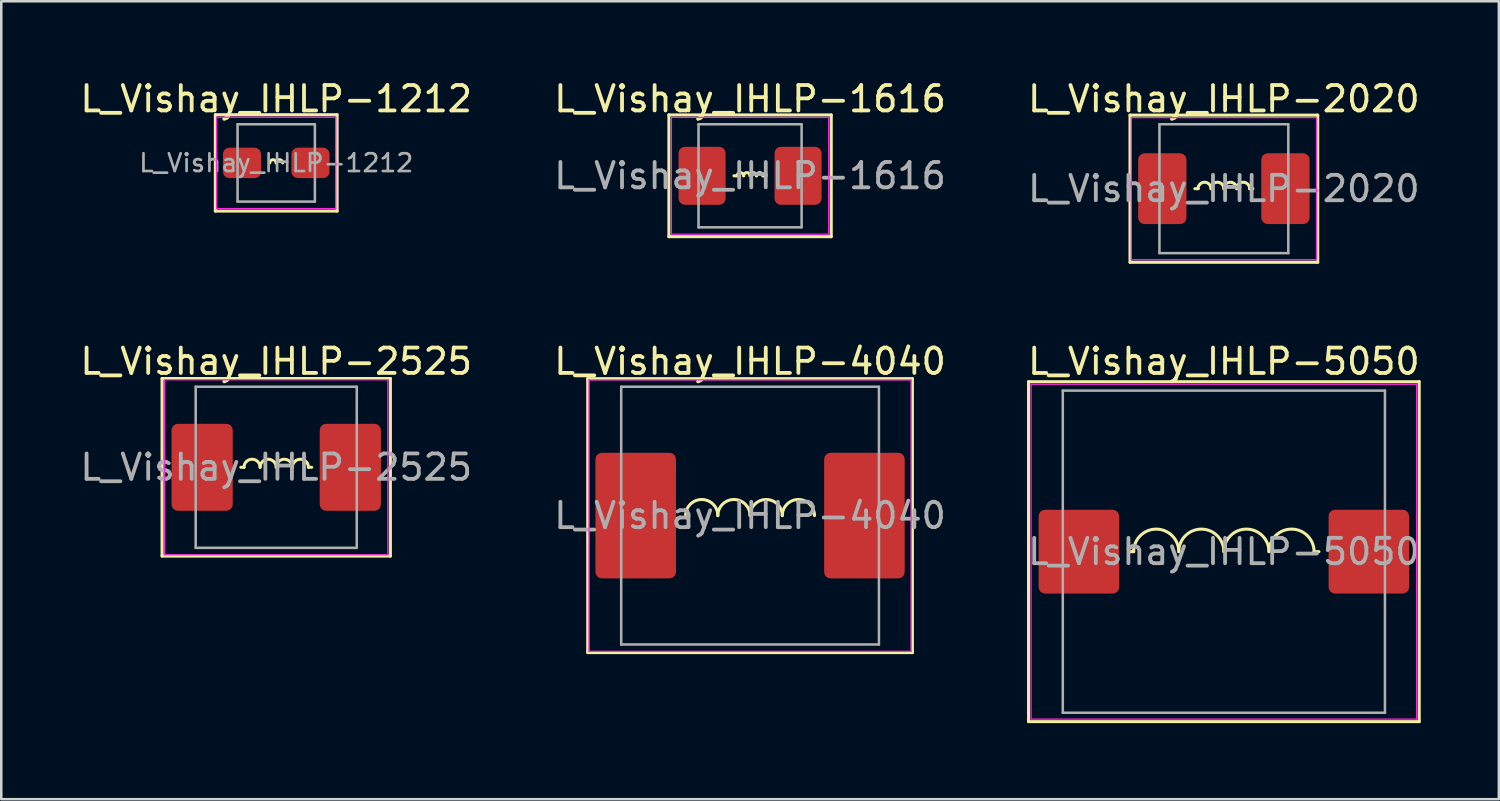
<source format=kicad_pcb>
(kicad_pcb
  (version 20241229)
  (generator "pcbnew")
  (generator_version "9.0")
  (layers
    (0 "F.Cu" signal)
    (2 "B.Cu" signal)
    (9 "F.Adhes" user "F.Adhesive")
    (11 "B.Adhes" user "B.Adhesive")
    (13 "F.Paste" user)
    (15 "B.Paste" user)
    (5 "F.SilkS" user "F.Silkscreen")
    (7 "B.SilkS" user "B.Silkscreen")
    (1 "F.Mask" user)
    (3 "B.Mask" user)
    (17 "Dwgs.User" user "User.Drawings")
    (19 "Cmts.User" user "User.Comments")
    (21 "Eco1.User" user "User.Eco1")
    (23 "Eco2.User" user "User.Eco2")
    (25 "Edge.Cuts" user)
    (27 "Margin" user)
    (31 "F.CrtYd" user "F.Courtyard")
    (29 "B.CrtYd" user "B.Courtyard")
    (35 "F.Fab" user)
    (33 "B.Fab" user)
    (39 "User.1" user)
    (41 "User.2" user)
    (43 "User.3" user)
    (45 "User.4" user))
  (footprint "L_Vishay_IHLP-2525"
    (layer "F.Cu")
    (at 7.839 15.371)
    (property "Reference" "L_Vishay_IHLP-2525" (at 0 -4.175 0) (layer "F.SilkS") (effects (font (size 1 1) (thickness 0.15))))
    (attr smd)
    (fp_line (start -4.5 -3.5) (end -4.5 3.5) (stroke (width 0.12) (type solid)) (layer "F.SilkS"))
    (fp_line (start -4.5 3.5) (end 4.5 3.5) (stroke (width 0.12) (type solid)) (layer "F.SilkS"))
    (fp_line (start -1.27 0) (end -1.397 0) (stroke (width 0.12) (type solid)) (layer "F.SilkS"))
    (fp_line (start 1.397 0) (end 1.27 0) (stroke (width 0.12) (type solid)) (layer "F.SilkS"))
    (fp_line (start 4.5 -3.5) (end -4.5 -3.5) (stroke (width 0.12) (type solid)) (layer "F.SilkS"))
    (fp_line (start 4.5 3.5) (end 4.5 -3.5) (stroke (width 0.12) (type solid)) (layer "F.SilkS"))
    (fp_arc (start -1.27 0) (mid -0.9525 -0.3175) (end -0.635 0) (stroke (width 0.12) (type solid)) (layer "F.SilkS"))
    (fp_arc (start -0.635 0) (mid -0.3175 -0.3175) (end 0 0) (stroke (width 0.12) (type solid)) (layer "F.SilkS"))
    (fp_arc (start 0 0) (mid 0.3175 -0.3175) (end 0.635 0) (stroke (width 0.12) (type solid)) (layer "F.SilkS"))
    (fp_arc (start 0.635 0) (mid 0.9525 -0.3175) (end 1.27 0) (stroke (width 0.12) (type solid)) (layer "F.SilkS"))
    (fp_line (start -4.4 -3.45) (end -4.4 3.45) (stroke (width 0.05) (type solid)) (layer "F.CrtYd"))
    (fp_line (start -4.4 3.45) (end 4.4 3.45) (stroke (width 0.05) (type solid)) (layer "F.CrtYd"))
    (fp_line (start 4.4 -3.45) (end -4.4 -3.45) (stroke (width 0.05) (type solid)) (layer "F.CrtYd"))
    (fp_line (start 4.4 3.45) (end 4.4 -3.45) (stroke (width 0.05) (type solid)) (layer "F.CrtYd"))
    (fp_line (start -3.175 -3.175) (end -3.175 3.175) (stroke (width 0.1) (type solid)) (layer "F.Fab"))
    (fp_line (start -3.175 3.175) (end 3.175 3.175) (stroke (width 0.1) (type solid)) (layer "F.Fab"))
    (fp_line (start 3.175 -3.175) (end -3.175 -3.175) (stroke (width 0.1) (type solid)) (layer "F.Fab"))
    (fp_line (start 3.175 3.175) (end 3.175 -3.175) (stroke (width 0.1) (type solid)) (layer "F.Fab"))
    (fp_text user "${REFERENCE}" (at 0 0 0) (layer "F.Fab") (effects (font (size 1 1) (thickness 0.15))))
    (pad "1" smd roundrect (at -2.921 0) (size 2.413 3.429) (layers "F.Cu" "F.Mask" "F.Paste") (roundrect_rratio 0.104))
    (pad "2" smd roundrect (at 2.921 0) (size 2.413 3.429) (layers "F.Cu" "F.Mask" "F.Paste") (roundrect_rratio 0.104)))
  (footprint "L_Vishay_IHLP-2020"
    (layer "F.Cu")
    (at 45.196 4.388)
    (property "Reference" "L_Vishay_IHLP-2020" (at 0 -3.54 0) (layer "F.SilkS") (effects (font (size 1 1) (thickness 0.15))))
    (attr smd)
    (fp_line (start -3.7 -2.9) (end -3.7 2.9) (stroke (width 0.12) (type solid)) (layer "F.SilkS"))
    (fp_line (start -3.7 2.9) (end 3.7 2.9) (stroke (width 0.12) (type solid)) (layer "F.SilkS"))
    (fp_line (start -1.143 0) (end -1.016 0) (stroke (width 0.12) (type solid)) (layer "F.SilkS"))
    (fp_line (start 1.016 0) (end 1.143 0) (stroke (width 0.12) (type solid)) (layer "F.SilkS"))
    (fp_line (start 3.7 -2.9) (end -3.7 -2.9) (stroke (width 0.12) (type solid)) (layer "F.SilkS"))
    (fp_line (start 3.7 2.9) (end 3.7 -2.9) (stroke (width 0.12) (type solid)) (layer "F.SilkS"))
    (fp_arc (start -1.016 0) (mid -0.762 -0.254) (end -0.508 0) (stroke (width 0.12) (type solid)) (layer "F.SilkS"))
    (fp_arc (start -0.508 0) (mid -0.254 -0.254) (end 0 0) (stroke (width 0.12) (type solid)) (layer "F.SilkS"))
    (fp_arc (start 0 0) (mid 0.254 -0.254) (end 0.508 0) (stroke (width 0.12) (type solid)) (layer "F.SilkS"))
    (fp_arc (start 0.508 0) (mid 0.762 -0.254) (end 1.016 0) (stroke (width 0.12) (type solid)) (layer "F.SilkS"))
    (fp_line (start -3.65 -2.8) (end -3.65 2.8) (stroke (width 0.05) (type solid)) (layer "F.CrtYd"))
    (fp_line (start -3.65 2.8) (end 3.65 2.8) (stroke (width 0.05) (type solid)) (layer "F.CrtYd"))
    (fp_line (start 3.65 -2.8) (end -3.65 -2.8) (stroke (width 0.05) (type solid)) (layer "F.CrtYd"))
    (fp_line (start 3.65 2.8) (end 3.65 -2.8) (stroke (width 0.05) (type solid)) (layer "F.CrtYd"))
    (fp_line (start -2.54 -2.54) (end -2.54 2.54) (stroke (width 0.1) (type solid)) (layer "F.Fab"))
    (fp_line (start -2.54 2.54) (end 2.54 2.54) (stroke (width 0.1) (type solid)) (layer "F.Fab"))
    (fp_line (start 2.54 -2.54) (end -2.54 -2.54) (stroke (width 0.1) (type solid)) (layer "F.Fab"))
    (fp_line (start 2.54 2.54) (end 2.54 -2.54) (stroke (width 0.1) (type solid)) (layer "F.Fab"))
    (fp_text user "${REFERENCE}" (at 0 0 0) (layer "F.Fab") (effects (font (size 1 1) (thickness 0.15))))
    (pad "1" smd roundrect (at -2.426 0) (size 1.903 2.79) (layers "F.Cu" "F.Mask" "F.Paste") (roundrect_rratio 0.131))
    (pad "2" smd roundrect (at 2.426 0) (size 1.903 2.79) (layers "F.Cu" "F.Mask" "F.Paste") (roundrect_rratio 0.131)))
  (footprint "L_Vishay_IHLP-5050"
    (layer "F.Cu")
    (at 45.196 18.697)
    (property "Reference" "L_Vishay_IHLP-5050" (at 0 -7.5 0) (layer "F.SilkS") (effects (font (size 1 1) (thickness 0.15))))
    (attr smd)
    (fp_line (start -7.7 -6.7) (end -7.7 6.7) (stroke (width 0.12) (type solid)) (layer "F.SilkS"))
    (fp_line (start -7.7 6.7) (end 7.7 6.7) (stroke (width 0.12) (type solid)) (layer "F.SilkS"))
    (fp_line (start -3.556 0) (end -3.747 0) (stroke (width 0.12) (type solid)) (layer "F.SilkS"))
    (fp_line (start 3.747 0) (end 3.556 0) (stroke (width 0.12) (type solid)) (layer "F.SilkS"))
    (fp_line (start 7.7 -6.7) (end -7.7 -6.7) (stroke (width 0.12) (type solid)) (layer "F.SilkS"))
    (fp_line (start 7.7 6.7) (end 7.7 -6.7) (stroke (width 0.12) (type solid)) (layer "F.SilkS"))
    (fp_arc (start -3.556 0) (mid -2.667 -0.889) (end -1.778 0) (stroke (width 0.12) (type solid)) (layer "F.SilkS"))
    (fp_arc (start -1.778 0) (mid -0.889 -0.889) (end 0 0) (stroke (width 0.12) (type solid)) (layer "F.SilkS"))
    (fp_arc (start 0 0) (mid 0.889 -0.889) (end 1.778 0) (stroke (width 0.12) (type solid)) (layer "F.SilkS"))
    (fp_arc (start 1.778 0) (mid 2.667 -0.889) (end 3.556 0) (stroke (width 0.12) (type solid)) (layer "F.SilkS"))
    (fp_line (start -7.6 -6.6) (end -7.6 6.6) (stroke (width 0.05) (type solid)) (layer "F.CrtYd"))
    (fp_line (start -7.6 6.6) (end 7.6 6.6) (stroke (width 0.05) (type solid)) (layer "F.CrtYd"))
    (fp_line (start 7.6 -6.6) (end -7.6 -6.6) (stroke (width 0.05) (type solid)) (layer "F.CrtYd"))
    (fp_line (start 7.6 6.6) (end 7.6 -6.6) (stroke (width 0.05) (type solid)) (layer "F.CrtYd"))
    (fp_line (start -6.35 -6.35) (end -6.35 6.35) (stroke (width 0.1) (type solid)) (layer "F.Fab"))
    (fp_line (start -6.35 6.35) (end 6.35 6.35) (stroke (width 0.1) (type solid)) (layer "F.Fab"))
    (fp_line (start 6.35 -6.35) (end -6.35 -6.35) (stroke (width 0.1) (type solid)) (layer "F.Fab"))
    (fp_line (start 6.35 6.35) (end 6.35 -6.35) (stroke (width 0.1) (type solid)) (layer "F.Fab"))
    (fp_text user "${REFERENCE}" (at 0 0 0) (layer "F.Fab") (effects (font (size 1 1) (thickness 0.15))))
    (pad "1" smd roundrect (at -5.715 0) (size 3.175 3.3) (layers "F.Cu" "F.Mask" "F.Paste") (roundrect_rratio 0.079))
    (pad "2" smd roundrect (at 5.715 0) (size 3.175 3.3) (layers "F.Cu" "F.Mask" "F.Paste") (roundrect_rratio 0.079)))
  (footprint "L_Vishay_IHLP-4040"
    (layer "F.Cu")
    (at 26.518 17.276)
    (property "Reference" "L_Vishay_IHLP-4040" (at 0 -6.08 0) (layer "F.SilkS") (effects (font (size 1 1) (thickness 0.15))))
    (attr smd)
    (fp_line (start -6.4 -5.4) (end -6.4 5.4) (stroke (width 0.12) (type solid)) (layer "F.SilkS"))
    (fp_line (start -6.4 5.4) (end 6.4 5.4) (stroke (width 0.12) (type solid)) (layer "F.SilkS"))
    (fp_line (start 6.4 -5.4) (end -6.4 -5.4) (stroke (width 0.12) (type solid)) (layer "F.SilkS"))
    (fp_line (start 6.4 5.4) (end 6.4 -5.4) (stroke (width 0.12) (type solid)) (layer "F.SilkS"))
    (fp_arc (start -2.54 0) (mid -1.905 -0.635) (end -1.27 0) (stroke (width 0.12) (type solid)) (layer "F.SilkS"))
    (fp_arc (start -1.27 0) (mid -0.635 -0.635) (end 0 0) (stroke (width 0.12) (type solid)) (layer "F.SilkS"))
    (fp_arc (start 0 0) (mid 0.635 -0.635) (end 1.27 0) (stroke (width 0.12) (type solid)) (layer "F.SilkS"))
    (fp_arc (start 1.27 0) (mid 1.905 -0.635) (end 2.54 0) (stroke (width 0.12) (type solid)) (layer "F.SilkS"))
    (fp_line (start -6.35 -5.35) (end -6.35 5.35) (stroke (width 0.05) (type solid)) (layer "F.CrtYd"))
    (fp_line (start -6.35 5.35) (end 6.35 5.35) (stroke (width 0.05) (type solid)) (layer "F.CrtYd"))
    (fp_line (start 6.35 -5.35) (end -6.35 -5.35) (stroke (width 0.05) (type solid)) (layer "F.CrtYd"))
    (fp_line (start 6.35 5.35) (end 6.35 -5.35) (stroke (width 0.05) (type solid)) (layer "F.CrtYd"))
    (fp_line (start -5.08 -5.08) (end -5.08 5.08) (stroke (width 0.1) (type solid)) (layer "F.Fab"))
    (fp_line (start -5.08 5.08) (end 5.08 5.08) (stroke (width 0.1) (type solid)) (layer "F.Fab"))
    (fp_line (start 5.08 -5.08) (end -5.08 -5.08) (stroke (width 0.1) (type solid)) (layer "F.Fab"))
    (fp_line (start 5.08 5.08) (end 5.08 -5.08) (stroke (width 0.1) (type solid)) (layer "F.Fab"))
    (fp_text user "${REFERENCE}" (at 0 0 0) (layer "F.Fab") (effects (font (size 1 1) (thickness 0.15))))
    (pad "1" smd roundrect (at -4.508 0) (size 3.175 4.95) (layers "F.Cu" "F.Mask" "F.Paste") (roundrect_rratio 0.079))
    (pad "2" smd roundrect (at 4.508 0) (size 3.175 4.95) (layers "F.Cu" "F.Mask" "F.Paste") (roundrect_rratio 0.079)))
  (footprint "L_Vishay_IHLP-1212"
    (layer "F.Cu")
    (at 7.839 3.372)
    (property "Reference" "L_Vishay_IHLP-1212" (at 0 -2.524 0) (layer "F.SilkS") (effects (font (size 1 1) (thickness 0.15))))
    (attr smd)
    (fp_line (start -2.4 -1.9) (end -2.4 1.9) (stroke (width 0.12) (type solid)) (layer "F.SilkS"))
    (fp_line (start -2.4 1.9) (end 2.4 1.9) (stroke (width 0.12) (type solid)) (layer "F.SilkS"))
    (fp_line (start 2.4 -1.9) (end -2.4 -1.9) (stroke (width 0.12) (type solid)) (layer "F.SilkS"))
    (fp_line (start 2.4 1.9) (end 2.4 -1.9) (stroke (width 0.12) (type solid)) (layer "F.SilkS"))
    (fp_arc (start -0.254 0) (mid -0.127 -0.127) (end 0 0) (stroke (width 0.12) (type solid)) (layer "F.SilkS"))
    (fp_arc (start 0 0) (mid 0.127 -0.127) (end 0.254 0) (stroke (width 0.12) (type solid)) (layer "F.SilkS"))
    (fp_line (start -2.35 -1.8) (end -2.35 1.8) (stroke (width 0.05) (type solid)) (layer "F.CrtYd"))
    (fp_line (start -2.35 1.8) (end 2.35 1.8) (stroke (width 0.05) (type solid)) (layer "F.CrtYd"))
    (fp_line (start 2.35 -1.8) (end -2.35 -1.8) (stroke (width 0.05) (type solid)) (layer "F.CrtYd"))
    (fp_line (start 2.35 1.8) (end 2.35 -1.8) (stroke (width 0.05) (type solid)) (layer "F.CrtYd"))
    (fp_line (start -1.524 -1.524) (end -1.524 1.524) (stroke (width 0.1) (type solid)) (layer "F.Fab"))
    (fp_line (start -1.524 1.524) (end 1.524 1.524) (stroke (width 0.1) (type solid)) (layer "F.Fab"))
    (fp_line (start 1.524 -1.524) (end -1.524 -1.524) (stroke (width 0.1) (type solid)) (layer "F.Fab"))
    (fp_line (start 1.524 1.524) (end 1.524 -1.524) (stroke (width 0.1) (type solid)) (layer "F.Fab"))
    (fp_text user "${REFERENCE}" (at 0 0 0) (layer "F.Fab") (effects (font (size 0.7 0.7) (thickness 0.105))))
    (pad "1" smd roundrect (at -1.35 0) (size 1.5 1.2) (layers "F.Cu" "F.Mask" "F.Paste") (roundrect_rratio 0.208))
    (pad "2" smd roundrect (at 1.35 0) (size 1.5 1.2) (layers "F.Cu" "F.Mask" "F.Paste") (roundrect_rratio 0.208)))
  (footprint "L_Vishay_IHLP-1616"
    (layer "F.Cu")
    (at 26.518 3.88)
    (property "Reference" "L_Vishay_IHLP-1616" (at 0 -3.032 0) (layer "F.SilkS") (effects (font (size 1 1) (thickness 0.15))))
    (attr smd)
    (fp_line (start -3.2 -2.4) (end -3.2 2.4) (stroke (width 0.12) (type solid)) (layer "F.SilkS"))
    (fp_line (start -3.2 2.4) (end 3.2 2.4) (stroke (width 0.12) (type solid)) (layer "F.SilkS"))
    (fp_line (start -0.635 0) (end -0.508 0) (stroke (width 0.12) (type solid)) (layer "F.SilkS"))
    (fp_line (start 0.508 0) (end 0.635 0) (stroke (width 0.12) (type solid)) (layer "F.SilkS"))
    (fp_line (start 3.2 -2.4) (end -3.2 -2.4) (stroke (width 0.12) (type solid)) (layer "F.SilkS"))
    (fp_line (start 3.2 2.4) (end 3.2 -2.4) (stroke (width 0.12) (type solid)) (layer "F.SilkS"))
    (fp_arc (start -0.508 0) (mid -0.381 -0.127) (end -0.254 0) (stroke (width 0.12) (type solid)) (layer "F.SilkS"))
    (fp_arc (start -0.254 0) (mid -0.127 -0.127) (end 0 0) (stroke (width 0.12) (type solid)) (layer "F.SilkS"))
    (fp_arc (start 0 0) (mid 0.127 -0.127) (end 0.254 0) (stroke (width 0.12) (type solid)) (layer "F.SilkS"))
    (fp_arc (start 0.254 0) (mid 0.381 -0.127) (end 0.508 0) (stroke (width 0.12) (type solid)) (layer "F.SilkS"))
    (fp_line (start -3.1 -2.3) (end -3.1 2.3) (stroke (width 0.05) (type solid)) (layer "F.CrtYd"))
    (fp_line (start -3.1 2.3) (end 3.1 2.3) (stroke (width 0.05) (type solid)) (layer "F.CrtYd"))
    (fp_line (start 3.1 -2.3) (end -3.1 -2.3) (stroke (width 0.05) (type solid)) (layer "F.CrtYd"))
    (fp_line (start 3.1 2.3) (end 3.1 -2.3) (stroke (width 0.05) (type solid)) (layer "F.CrtYd"))
    (fp_line (start -2.032 -2.032) (end -2.032 2.032) (stroke (width 0.1) (type solid)) (layer "F.Fab"))
    (fp_line (start -2.032 2.032) (end 2.032 2.032) (stroke (width 0.1) (type solid)) (layer "F.Fab"))
    (fp_line (start 2.032 -2.032) (end -2.032 -2.032) (stroke (width 0.1) (type solid)) (layer "F.Fab"))
    (fp_line (start 2.032 2.032) (end 2.032 -2.032) (stroke (width 0.1) (type solid)) (layer "F.Fab"))
    (fp_text user "${REFERENCE}" (at 0 0 0) (layer "F.Fab") (effects (font (size 1 1) (thickness 0.15))))
    (pad "1" smd roundrect (at -1.892 0) (size 1.855 2.286) (layers "F.Cu" "F.Mask" "F.Paste") (roundrect_rratio 0.135))
    (pad "2" smd roundrect (at 1.892 0) (size 1.855 2.286) (layers "F.Cu" "F.Mask" "F.Paste") (roundrect_rratio 0.135)))
  (gr_rect
    (start -3 -3)
    (end 56.036 28.456)
    (stroke (width 0.1) (type default))
    (fill no)
    (layer "Edge.Cuts")))
</source>
